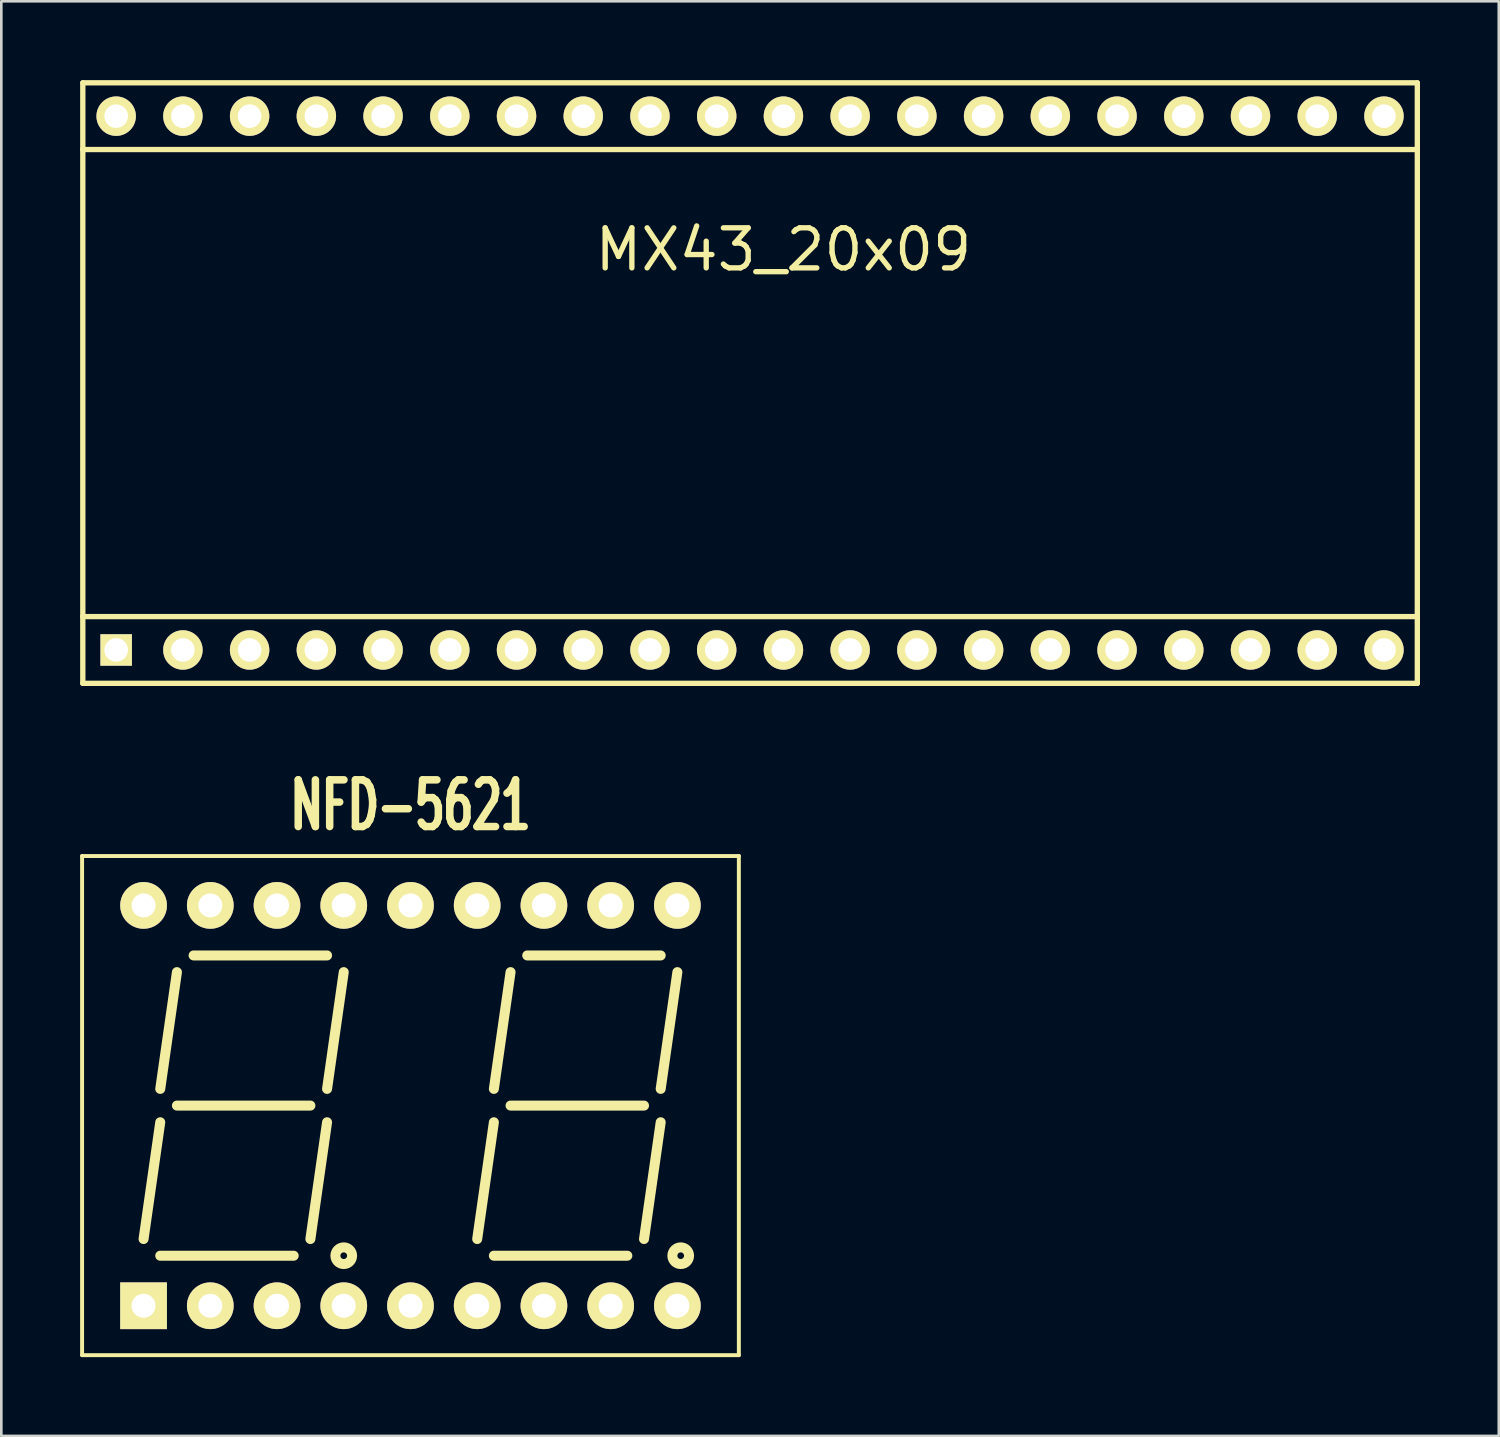
<source format=kicad_pcb>
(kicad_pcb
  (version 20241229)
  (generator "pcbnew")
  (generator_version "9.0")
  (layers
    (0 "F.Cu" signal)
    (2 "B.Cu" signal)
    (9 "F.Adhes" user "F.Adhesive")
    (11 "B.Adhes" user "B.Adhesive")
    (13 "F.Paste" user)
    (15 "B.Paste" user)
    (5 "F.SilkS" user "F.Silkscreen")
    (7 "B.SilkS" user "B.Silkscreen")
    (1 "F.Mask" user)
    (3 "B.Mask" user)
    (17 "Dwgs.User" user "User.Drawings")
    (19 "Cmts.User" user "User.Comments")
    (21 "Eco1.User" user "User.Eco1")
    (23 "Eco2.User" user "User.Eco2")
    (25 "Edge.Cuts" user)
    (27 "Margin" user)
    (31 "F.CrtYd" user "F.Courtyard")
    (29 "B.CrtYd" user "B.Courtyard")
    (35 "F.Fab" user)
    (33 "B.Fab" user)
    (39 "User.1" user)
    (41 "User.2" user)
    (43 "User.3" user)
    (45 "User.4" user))
  (footprint "MX43_20x09"
    (layer "F.Cu")
    (at 26.772 11.532)
    (property "Reference" "MX43_20x09" (at 0 -5.08 0) (layer "F.SilkS") (effects (font (size 1.524 1.524) (thickness 0.203))))
    (attr through_hole)
    (fp_line (start -26.67 -11.43) (end 24.13 -11.43) (stroke (width 0.203) (type solid)) (layer "F.SilkS"))
    (fp_line (start -26.67 -8.89) (end -26.67 -11.43) (stroke (width 0.203) (type solid)) (layer "F.SilkS"))
    (fp_line (start -26.67 -8.89) (end -26.67 8.89) (stroke (width 0.203) (type solid)) (layer "F.SilkS"))
    (fp_line (start -26.67 8.89) (end -26.67 11.43) (stroke (width 0.203) (type solid)) (layer "F.SilkS"))
    (fp_line (start -26.67 11.43) (end 24.13 11.43) (stroke (width 0.203) (type solid)) (layer "F.SilkS"))
    (fp_line (start 24.13 -11.43) (end 24.13 -8.89) (stroke (width 0.203) (type solid)) (layer "F.SilkS"))
    (fp_line (start 24.13 -8.89) (end -26.67 -8.89) (stroke (width 0.203) (type solid)) (layer "F.SilkS"))
    (fp_line (start 24.13 -8.89) (end 24.13 8.89) (stroke (width 0.203) (type solid)) (layer "F.SilkS"))
    (fp_line (start 24.13 8.89) (end -26.67 8.89) (stroke (width 0.203) (type solid)) (layer "F.SilkS"))
    (fp_line (start 24.13 11.43) (end 24.13 8.89) (stroke (width 0.203) (type solid)) (layer "F.SilkS"))
    (pad "1" thru_hole rect (at -25.4 10.16) (size 1.199 1.199) (drill 0.899) (layers "*.Cu" "*.Mask" "F.SilkS"))
    (pad "2" thru_hole circle (at -22.86 10.16) (size 1.501 1.501) (drill 0.899) (layers "*.Cu" "*.Mask" "F.SilkS"))
    (pad "3" thru_hole circle (at -20.32 10.16) (size 1.501 1.501) (drill 0.899) (layers "*.Cu" "*.Mask" "F.SilkS"))
    (pad "4" thru_hole circle (at -17.78 10.16) (size 1.501 1.501) (drill 0.899) (layers "*.Cu" "*.Mask" "F.SilkS"))
    (pad "5" thru_hole circle (at -15.24 10.16) (size 1.501 1.501) (drill 0.899) (layers "*.Cu" "*.Mask" "F.SilkS"))
    (pad "6" thru_hole circle (at -12.7 10.16) (size 1.501 1.501) (drill 0.899) (layers "*.Cu" "*.Mask" "F.SilkS"))
    (pad "7" thru_hole circle (at -10.16 10.16) (size 1.501 1.501) (drill 0.899) (layers "*.Cu" "*.Mask" "F.SilkS"))
    (pad "8" thru_hole circle (at -7.62 10.16) (size 1.501 1.501) (drill 0.899) (layers "*.Cu" "*.Mask" "F.SilkS"))
    (pad "9" thru_hole circle (at -5.08 10.16) (size 1.501 1.501) (drill 0.899) (layers "*.Cu" "*.Mask" "F.SilkS"))
    (pad "10" thru_hole circle (at -2.54 10.16) (size 1.501 1.501) (drill 0.899) (layers "*.Cu" "*.Mask" "F.SilkS"))
    (pad "11" thru_hole circle (at 0 10.16) (size 1.501 1.501) (drill 0.899) (layers "*.Cu" "*.Mask" "F.SilkS"))
    (pad "12" thru_hole circle (at 2.54 10.16) (size 1.501 1.501) (drill 0.899) (layers "*.Cu" "*.Mask" "F.SilkS"))
    (pad "13" thru_hole circle (at 5.08 10.16) (size 1.501 1.501) (drill 0.899) (layers "*.Cu" "*.Mask" "F.SilkS"))
    (pad "14" thru_hole circle (at 7.62 10.16) (size 1.501 1.501) (drill 0.899) (layers "*.Cu" "*.Mask" "F.SilkS"))
    (pad "15" thru_hole circle (at 10.16 10.16) (size 1.501 1.501) (drill 0.899) (layers "*.Cu" "*.Mask" "F.SilkS"))
    (pad "16" thru_hole circle (at 12.7 10.16) (size 1.501 1.501) (drill 0.899) (layers "*.Cu" "*.Mask" "F.SilkS"))
    (pad "17" thru_hole circle (at 15.24 10.16) (size 1.501 1.501) (drill 0.899) (layers "*.Cu" "*.Mask" "F.SilkS"))
    (pad "18" thru_hole circle (at 17.78 10.16) (size 1.501 1.501) (drill 0.899) (layers "*.Cu" "*.Mask" "F.SilkS"))
    (pad "19" thru_hole circle (at 20.32 10.16) (size 1.501 1.501) (drill 0.899) (layers "*.Cu" "*.Mask" "F.SilkS"))
    (pad "20" thru_hole circle (at 22.86 10.16) (size 1.501 1.501) (drill 0.899) (layers "*.Cu" "*.Mask" "F.SilkS"))
    (pad "21" thru_hole circle (at 22.86 -10.16) (size 1.501 1.501) (drill 0.899) (layers "*.Cu" "*.Mask" "F.SilkS"))
    (pad "22" thru_hole circle (at 20.32 -10.16) (size 1.501 1.501) (drill 0.899) (layers "*.Cu" "*.Mask" "F.SilkS"))
    (pad "23" thru_hole circle (at 17.78 -10.16) (size 1.501 1.501) (drill 0.899) (layers "*.Cu" "*.Mask" "F.SilkS"))
    (pad "24" thru_hole circle (at 15.24 -10.16) (size 1.501 1.501) (drill 0.899) (layers "*.Cu" "*.Mask" "F.SilkS"))
    (pad "25" thru_hole circle (at 12.7 -10.16) (size 1.501 1.501) (drill 0.899) (layers "*.Cu" "*.Mask" "F.SilkS"))
    (pad "26" thru_hole circle (at 10.16 -10.16) (size 1.501 1.501) (drill 0.899) (layers "*.Cu" "*.Mask" "F.SilkS"))
    (pad "27" thru_hole circle (at 7.62 -10.16) (size 1.501 1.501) (drill 0.899) (layers "*.Cu" "*.Mask" "F.SilkS"))
    (pad "28" thru_hole circle (at 5.08 -10.16) (size 1.501 1.501) (drill 0.899) (layers "*.Cu" "*.Mask" "F.SilkS"))
    (pad "29" thru_hole circle (at 2.54 -10.16) (size 1.501 1.501) (drill 0.899) (layers "*.Cu" "*.Mask" "F.SilkS"))
    (pad "30" thru_hole circle (at 0 -10.16) (size 1.501 1.501) (drill 0.899) (layers "*.Cu" "*.Mask" "F.SilkS"))
    (pad "31" thru_hole circle (at -2.54 -10.16) (size 1.501 1.501) (drill 0.899) (layers "*.Cu" "*.Mask" "F.SilkS"))
    (pad "32" thru_hole circle (at -7.62 -10.16) (size 1.501 1.501) (drill 0.899) (layers "*.Cu" "*.Mask" "F.SilkS"))
    (pad "33" thru_hole circle (at -5.08 -10.16) (size 1.501 1.501) (drill 0.899) (layers "*.Cu" "*.Mask" "F.SilkS"))
    (pad "34" thru_hole circle (at -10.16 -10.16) (size 1.501 1.501) (drill 0.899) (layers "*.Cu" "*.Mask" "F.SilkS"))
    (pad "35" thru_hole circle (at -12.7 -10.16) (size 1.501 1.501) (drill 0.899) (layers "*.Cu" "*.Mask" "F.SilkS"))
    (pad "36" thru_hole circle (at -15.24 -10.16) (size 1.501 1.501) (drill 0.899) (layers "*.Cu" "*.Mask" "F.SilkS"))
    (pad "37" thru_hole circle (at -17.78 -10.16) (size 1.501 1.501) (drill 0.899) (layers "*.Cu" "*.Mask" "F.SilkS"))
    (pad "38" thru_hole circle (at -20.32 -10.16) (size 1.501 1.501) (drill 0.899) (layers "*.Cu" "*.Mask" "F.SilkS"))
    (pad "39" thru_hole circle (at -22.86 -10.16) (size 1.501 1.501) (drill 0.899) (layers "*.Cu" "*.Mask" "F.SilkS"))
    (pad "40" thru_hole circle (at -25.4 -10.16) (size 1.501 1.501) (drill 0.899) (layers "*.Cu" "*.Mask" "F.SilkS")))
  (footprint "NFD-5621"
    (layer "F.Cu")
    (at 12.575 39.035)
    (property "Reference" "NFD-5621" (at 0 -11.43 0) (layer "F.SilkS") (effects (font (size 1.778 1.143) (thickness 0.286))))
    (attr through_hole)
    (fp_line (start -12.5 -9.5) (end 12.5 -9.5) (stroke (width 0.15) (type solid)) (layer "F.SilkS"))
    (fp_line (start -12.5 9.5) (end -12.5 -9.5) (stroke (width 0.15) (type solid)) (layer "F.SilkS"))
    (fp_line (start -9.525 0.635) (end -10.16 5.08) (stroke (width 0.381) (type solid)) (layer "F.SilkS"))
    (fp_line (start -9.525 5.715) (end -4.445 5.715) (stroke (width 0.381) (type solid)) (layer "F.SilkS"))
    (fp_line (start -8.89 -5.08) (end -9.525 -0.635) (stroke (width 0.381) (type solid)) (layer "F.SilkS"))
    (fp_line (start -8.89 0) (end -3.81 0) (stroke (width 0.381) (type solid)) (layer "F.SilkS"))
    (fp_line (start -3.81 5.08) (end -3.175 0.635) (stroke (width 0.381) (type solid)) (layer "F.SilkS"))
    (fp_line (start -3.175 -5.715) (end -8.255 -5.715) (stroke (width 0.381) (type solid)) (layer "F.SilkS"))
    (fp_line (start -3.175 -0.635) (end -2.54 -5.08) (stroke (width 0.381) (type solid)) (layer "F.SilkS"))
    (fp_line (start 3.175 -0.635) (end 3.81 -5.08) (stroke (width 0.381) (type solid)) (layer "F.SilkS"))
    (fp_line (start 3.175 0.635) (end 2.54 5.08) (stroke (width 0.381) (type solid)) (layer "F.SilkS"))
    (fp_line (start 3.175 5.715) (end 8.255 5.715) (stroke (width 0.381) (type solid)) (layer "F.SilkS"))
    (fp_line (start 3.81 0) (end 8.89 0) (stroke (width 0.381) (type solid)) (layer "F.SilkS"))
    (fp_line (start 4.445 -5.715) (end 9.525 -5.715) (stroke (width 0.381) (type solid)) (layer "F.SilkS"))
    (fp_line (start 8.89 5.08) (end 9.525 0.635) (stroke (width 0.381) (type solid)) (layer "F.SilkS"))
    (fp_line (start 9.525 -0.635) (end 10.16 -5.08) (stroke (width 0.381) (type solid)) (layer "F.SilkS"))
    (fp_line (start 12.5 -9.5) (end 12.5 9.5) (stroke (width 0.15) (type solid)) (layer "F.SilkS"))
    (fp_line (start 12.5 9.5) (end -12.5 9.5) (stroke (width 0.15) (type solid)) (layer "F.SilkS"))
    (fp_circle (center -2.54 5.715) (end -2.413 5.715) (stroke (width 0.381) (type solid)) (fill no) (layer "F.SilkS"))
    (fp_circle (center 10.287 5.715) (end 10.414 5.715) (stroke (width 0.381) (type solid)) (fill no) (layer "F.SilkS"))
    (pad "1" thru_hole rect (at -10.16 7.62) (size 1.778 1.778) (drill 0.914) (layers "*.Cu" "*.Mask" "F.SilkS"))
    (pad "2" thru_hole circle (at -7.62 7.62) (size 1.778 1.778) (drill 0.914) (layers "*.Cu" "*.Mask" "F.SilkS"))
    (pad "3" thru_hole circle (at -5.08 7.62) (size 1.778 1.778) (drill 0.914) (layers "*.Cu" "*.Mask" "F.SilkS"))
    (pad "4" thru_hole circle (at -2.54 7.62) (size 1.778 1.778) (drill 0.914) (layers "*.Cu" "*.Mask" "F.SilkS"))
    (pad "5" thru_hole circle (at 0 7.62) (size 1.778 1.778) (drill 0.914) (layers "*.Cu" "*.Mask" "F.SilkS"))
    (pad "6" thru_hole circle (at 2.54 7.62) (size 1.778 1.778) (drill 0.914) (layers "*.Cu" "*.Mask" "F.SilkS"))
    (pad "7" thru_hole circle (at 5.08 7.62) (size 1.778 1.778) (drill 0.914) (layers "*.Cu" "*.Mask" "F.SilkS"))
    (pad "8" thru_hole circle (at 7.62 7.62) (size 1.778 1.778) (drill 0.914) (layers "*.Cu" "*.Mask" "F.SilkS"))
    (pad "9" thru_hole circle (at 10.16 7.62) (size 1.778 1.778) (drill 0.914) (layers "*.Cu" "*.Mask" "F.SilkS"))
    (pad "10" thru_hole circle (at 10.16 -7.62) (size 1.778 1.778) (drill 0.914) (layers "*.Cu" "*.Mask" "F.SilkS"))
    (pad "11" thru_hole circle (at 7.62 -7.62) (size 1.778 1.778) (drill 0.914) (layers "*.Cu" "*.Mask" "F.SilkS"))
    (pad "12" thru_hole circle (at 5.08 -7.62) (size 1.778 1.778) (drill 0.914) (layers "*.Cu" "*.Mask" "F.SilkS"))
    (pad "13" thru_hole circle (at 2.54 -7.62) (size 1.778 1.778) (drill 0.914) (layers "*.Cu" "*.Mask" "F.SilkS"))
    (pad "14" thru_hole circle (at 0 -7.62) (size 1.778 1.778) (drill 0.914) (layers "*.Cu" "*.Mask" "F.SilkS"))
    (pad "15" thru_hole circle (at -2.54 -7.62) (size 1.778 1.778) (drill 0.914) (layers "*.Cu" "*.Mask" "F.SilkS"))
    (pad "16" thru_hole circle (at -5.08 -7.62) (size 1.778 1.778) (drill 0.914) (layers "*.Cu" "*.Mask" "F.SilkS"))
    (pad "17" thru_hole circle (at -7.62 -7.62) (size 1.778 1.778) (drill 0.914) (layers "*.Cu" "*.Mask" "F.SilkS"))
    (pad "18" thru_hole circle (at -10.16 -7.62) (size 1.778 1.778) (drill 0.914) (layers "*.Cu" "*.Mask" "F.SilkS")))
  (gr_rect
    (start -3 -3)
    (end 54.003 51.61)
    (stroke (width 0.1) (type default))
    (fill no)
    (layer "Edge.Cuts")))
</source>
